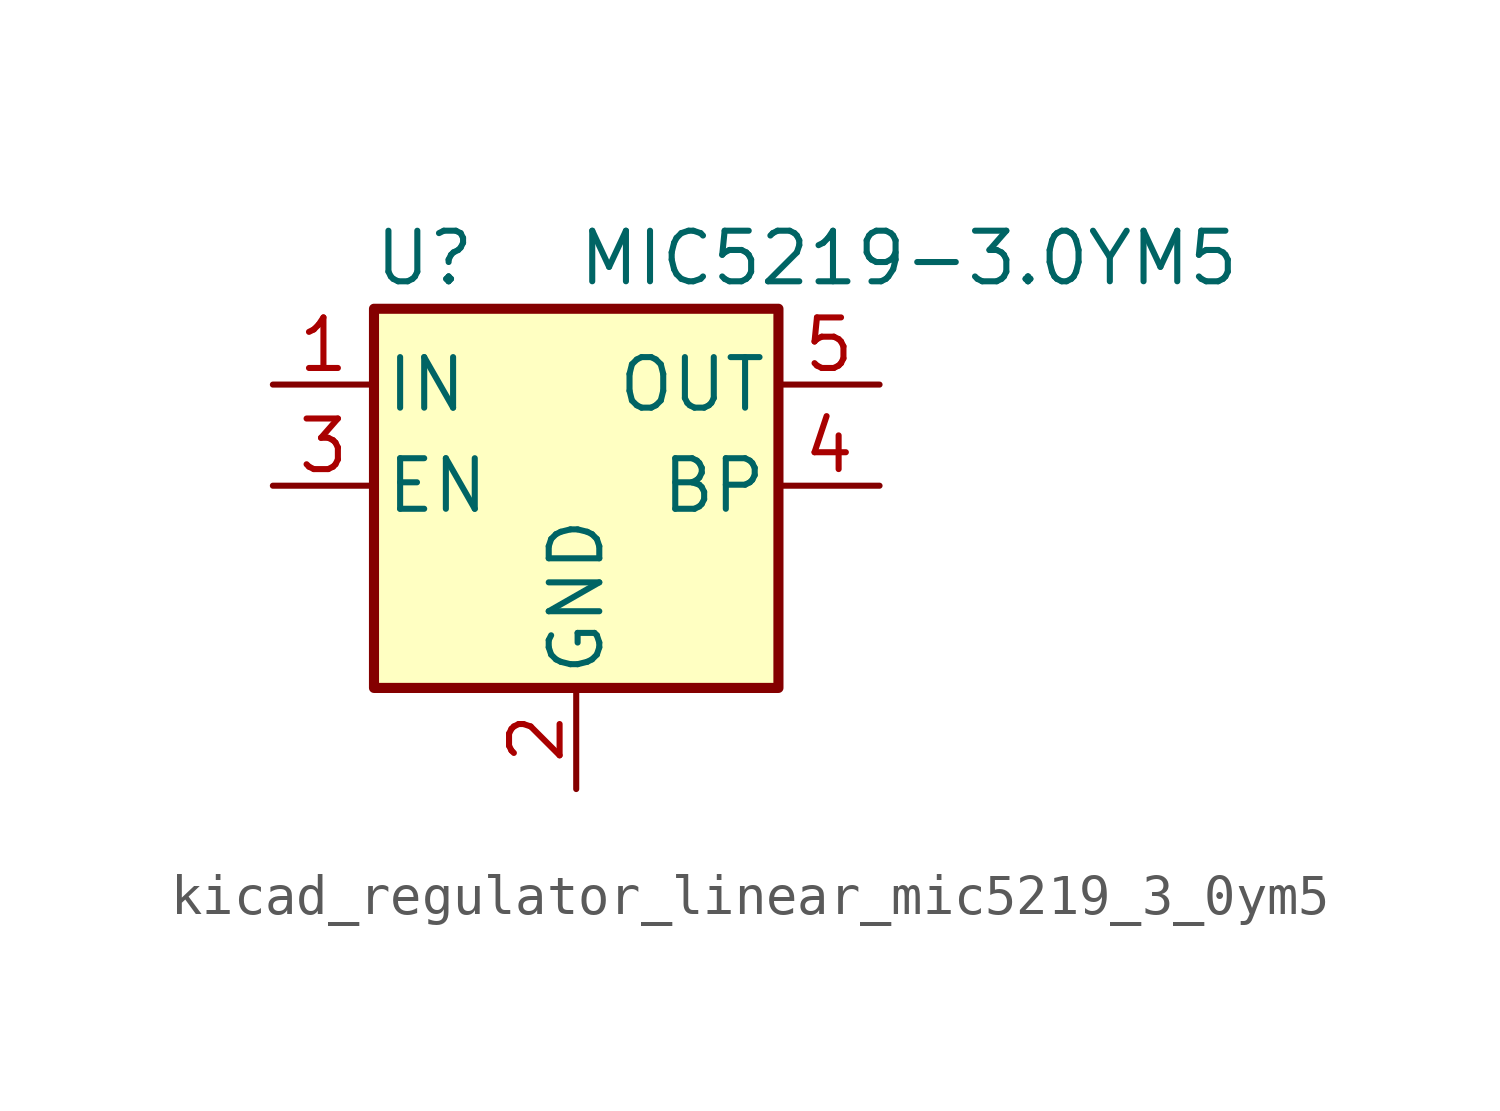
<source format=kicad_sym>
(kicad_symbol_lib
  (version 20220914)
  (generator kicad_symbol_editor)
  (symbol "kicad_regulator_linear_mic5219_3_0ym5"
    (pin_names
      (offset 0.254))
    (property "Reference" "U"
      (at -3.81 5.715 0)
      (effects (font (size 1.27 1.27))))
    (property "Value" "MIC5219-3.0YM5"
      (at 0 5.715 0)
      (effects (font (size 1.27 1.27)) (justify left)))
    (symbol "kicad_regulator_linear_mic5219_3_0ym5_0_1"
      (rectangle (start -5.08 4.445) (end 5.08 -5.08) (stroke (width 0.254) (type default)) (fill (type background))))
    (symbol "kicad_regulator_linear_mic5219_3_0ym5_1_1"
      (pin power_in line (at -7.62 2.54 0) (length 2.54) (name "IN" (effects (font (size 1.27 1.27)))) (number "1" (effects (font (size 1.27 1.27)))))
      (pin power_in line (at 0 -7.62 90) (length 2.54) (name "GND" (effects (font (size 1.27 1.27)))) (number "2" (effects (font (size 1.27 1.27)))))
      (pin input line (at -7.62 0 0) (length 2.54) (name "EN" (effects (font (size 1.27 1.27)))) (number "3" (effects (font (size 1.27 1.27)))))
      (pin input line (at 7.62 0 180) (length 2.54) (name "BP" (effects (font (size 1.27 1.27)))) (number "4" (effects (font (size 1.27 1.27)))))
      (pin power_out line (at 7.62 2.54 180) (length 2.54) (name "OUT" (effects (font (size 1.27 1.27)))) (number "5" (effects (font (size 1.27 1.27))))))))
</source>
